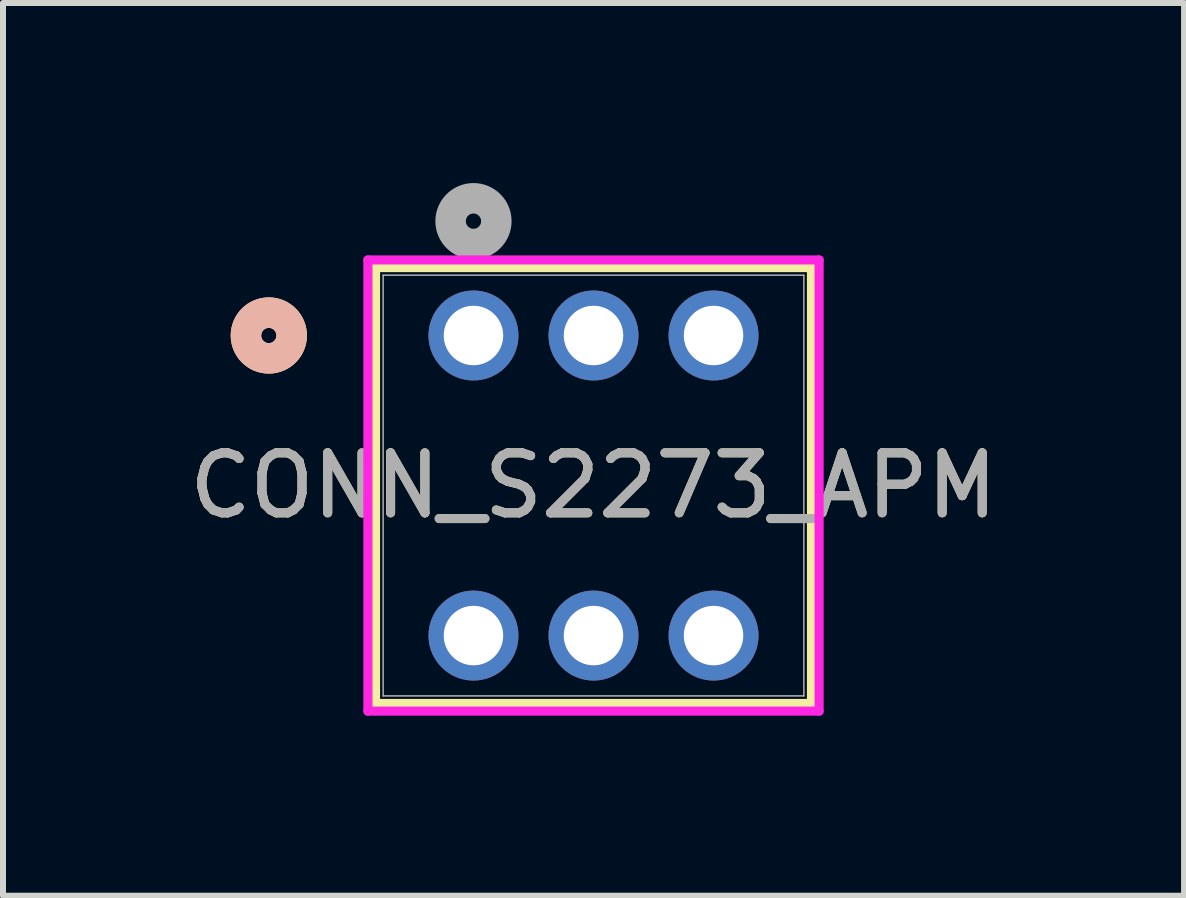
<source format=kicad_pcb>
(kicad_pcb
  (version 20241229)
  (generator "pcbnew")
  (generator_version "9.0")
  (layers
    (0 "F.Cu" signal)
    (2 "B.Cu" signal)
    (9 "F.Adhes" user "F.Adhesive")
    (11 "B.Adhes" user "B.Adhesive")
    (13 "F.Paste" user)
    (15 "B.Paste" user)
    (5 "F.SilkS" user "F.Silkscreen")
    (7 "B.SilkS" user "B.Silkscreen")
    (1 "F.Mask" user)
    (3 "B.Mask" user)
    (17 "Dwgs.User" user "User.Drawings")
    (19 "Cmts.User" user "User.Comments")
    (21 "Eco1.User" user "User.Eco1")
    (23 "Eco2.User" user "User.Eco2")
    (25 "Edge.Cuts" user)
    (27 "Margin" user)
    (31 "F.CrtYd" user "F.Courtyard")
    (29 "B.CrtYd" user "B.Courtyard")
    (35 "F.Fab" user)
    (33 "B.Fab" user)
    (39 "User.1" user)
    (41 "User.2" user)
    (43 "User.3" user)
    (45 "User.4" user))
  (footprint "CONN_S2273_APM"
    (layer "F.Cu")
    (at 4.839 2.54)
    (property "Reference" "CONN_S2273_APM" (at 2 2.5 0) (unlocked yes) (layer "F.SilkS") (effects (font (size 1 1) (thickness 0.15))))
    (attr through_hole)
    (fp_line (start -1.632 -1.132) (end -1.632 6.132) (stroke (width 0.152) (type solid)) (layer "F.SilkS"))
    (fp_line (start -1.632 6.132) (end 5.632 6.132) (stroke (width 0.152) (type solid)) (layer "F.SilkS"))
    (fp_line (start 5.632 -1.132) (end -1.632 -1.132) (stroke (width 0.152) (type solid)) (layer "F.SilkS"))
    (fp_line (start 5.632 6.132) (end 5.632 -1.132) (stroke (width 0.152) (type solid)) (layer "F.SilkS"))
    (fp_circle (center -3.41 0) (end -3.029 0) (stroke (width 0.508) (type solid)) (fill no) (layer "F.SilkS"))
    (fp_circle (center -3.41 0) (end -3.029 0) (stroke (width 0.508) (type solid)) (fill no) (layer "B.SilkS"))
    (fp_line (start -1.759 -1.259) (end -1.759 6.259) (stroke (width 0.152) (type solid)) (layer "F.CrtYd"))
    (fp_line (start -1.759 6.259) (end 5.759 6.259) (stroke (width 0.152) (type solid)) (layer "F.CrtYd"))
    (fp_line (start 5.759 -1.259) (end -1.759 -1.259) (stroke (width 0.152) (type solid)) (layer "F.CrtYd"))
    (fp_line (start 5.759 6.259) (end 5.759 -1.259) (stroke (width 0.152) (type solid)) (layer "F.CrtYd"))
    (fp_line (start -1.505 -1.005) (end -1.505 6.005) (stroke (width 0.025) (type solid)) (layer "F.Fab"))
    (fp_line (start -1.505 6.005) (end 5.505 6.005) (stroke (width 0.025) (type solid)) (layer "F.Fab"))
    (fp_line (start 5.505 -1.005) (end -1.505 -1.005) (stroke (width 0.025) (type solid)) (layer "F.Fab"))
    (fp_line (start 5.505 6.005) (end 5.505 -1.005) (stroke (width 0.025) (type solid)) (layer "F.Fab"))
    (fp_circle (center 0 -1.905) (end 0.381 -1.905) (stroke (width 0.508) (type solid)) (fill no) (layer "F.Fab"))
    (fp_text user "${REFERENCE}" (at 2 2.5 0) (unlocked yes) (layer "F.Fab") (effects (font (size 1 1) (thickness 0.15))))
    (pad "1" thru_hole circle (at 0 0) (size 1.499 1.499) (drill 0.991) (layers "*.Cu" "*.Mask"))
    (pad "2" thru_hole circle (at 2 0) (size 1.499 1.499) (drill 0.991) (layers "*.Cu" "*.Mask"))
    (pad "3" thru_hole circle (at 4 0) (size 1.499 1.499) (drill 0.991) (layers "*.Cu" "*.Mask"))
    (pad "4" thru_hole circle (at 0 5) (size 1.499 1.499) (drill 0.991) (layers "*.Cu" "*.Mask"))
    (pad "5" thru_hole circle (at 2 5) (size 1.499 1.499) (drill 0.991) (layers "*.Cu" "*.Mask"))
    (pad "6" thru_hole circle (at 4 5) (size 1.499 1.499) (drill 0.991) (layers "*.Cu" "*.Mask")))
  (gr_rect
    (start -3 -3)
    (end 16.679 11.875)
    (stroke (width 0.1) (type default))
    (fill no)
    (layer "Edge.Cuts")))
</source>
